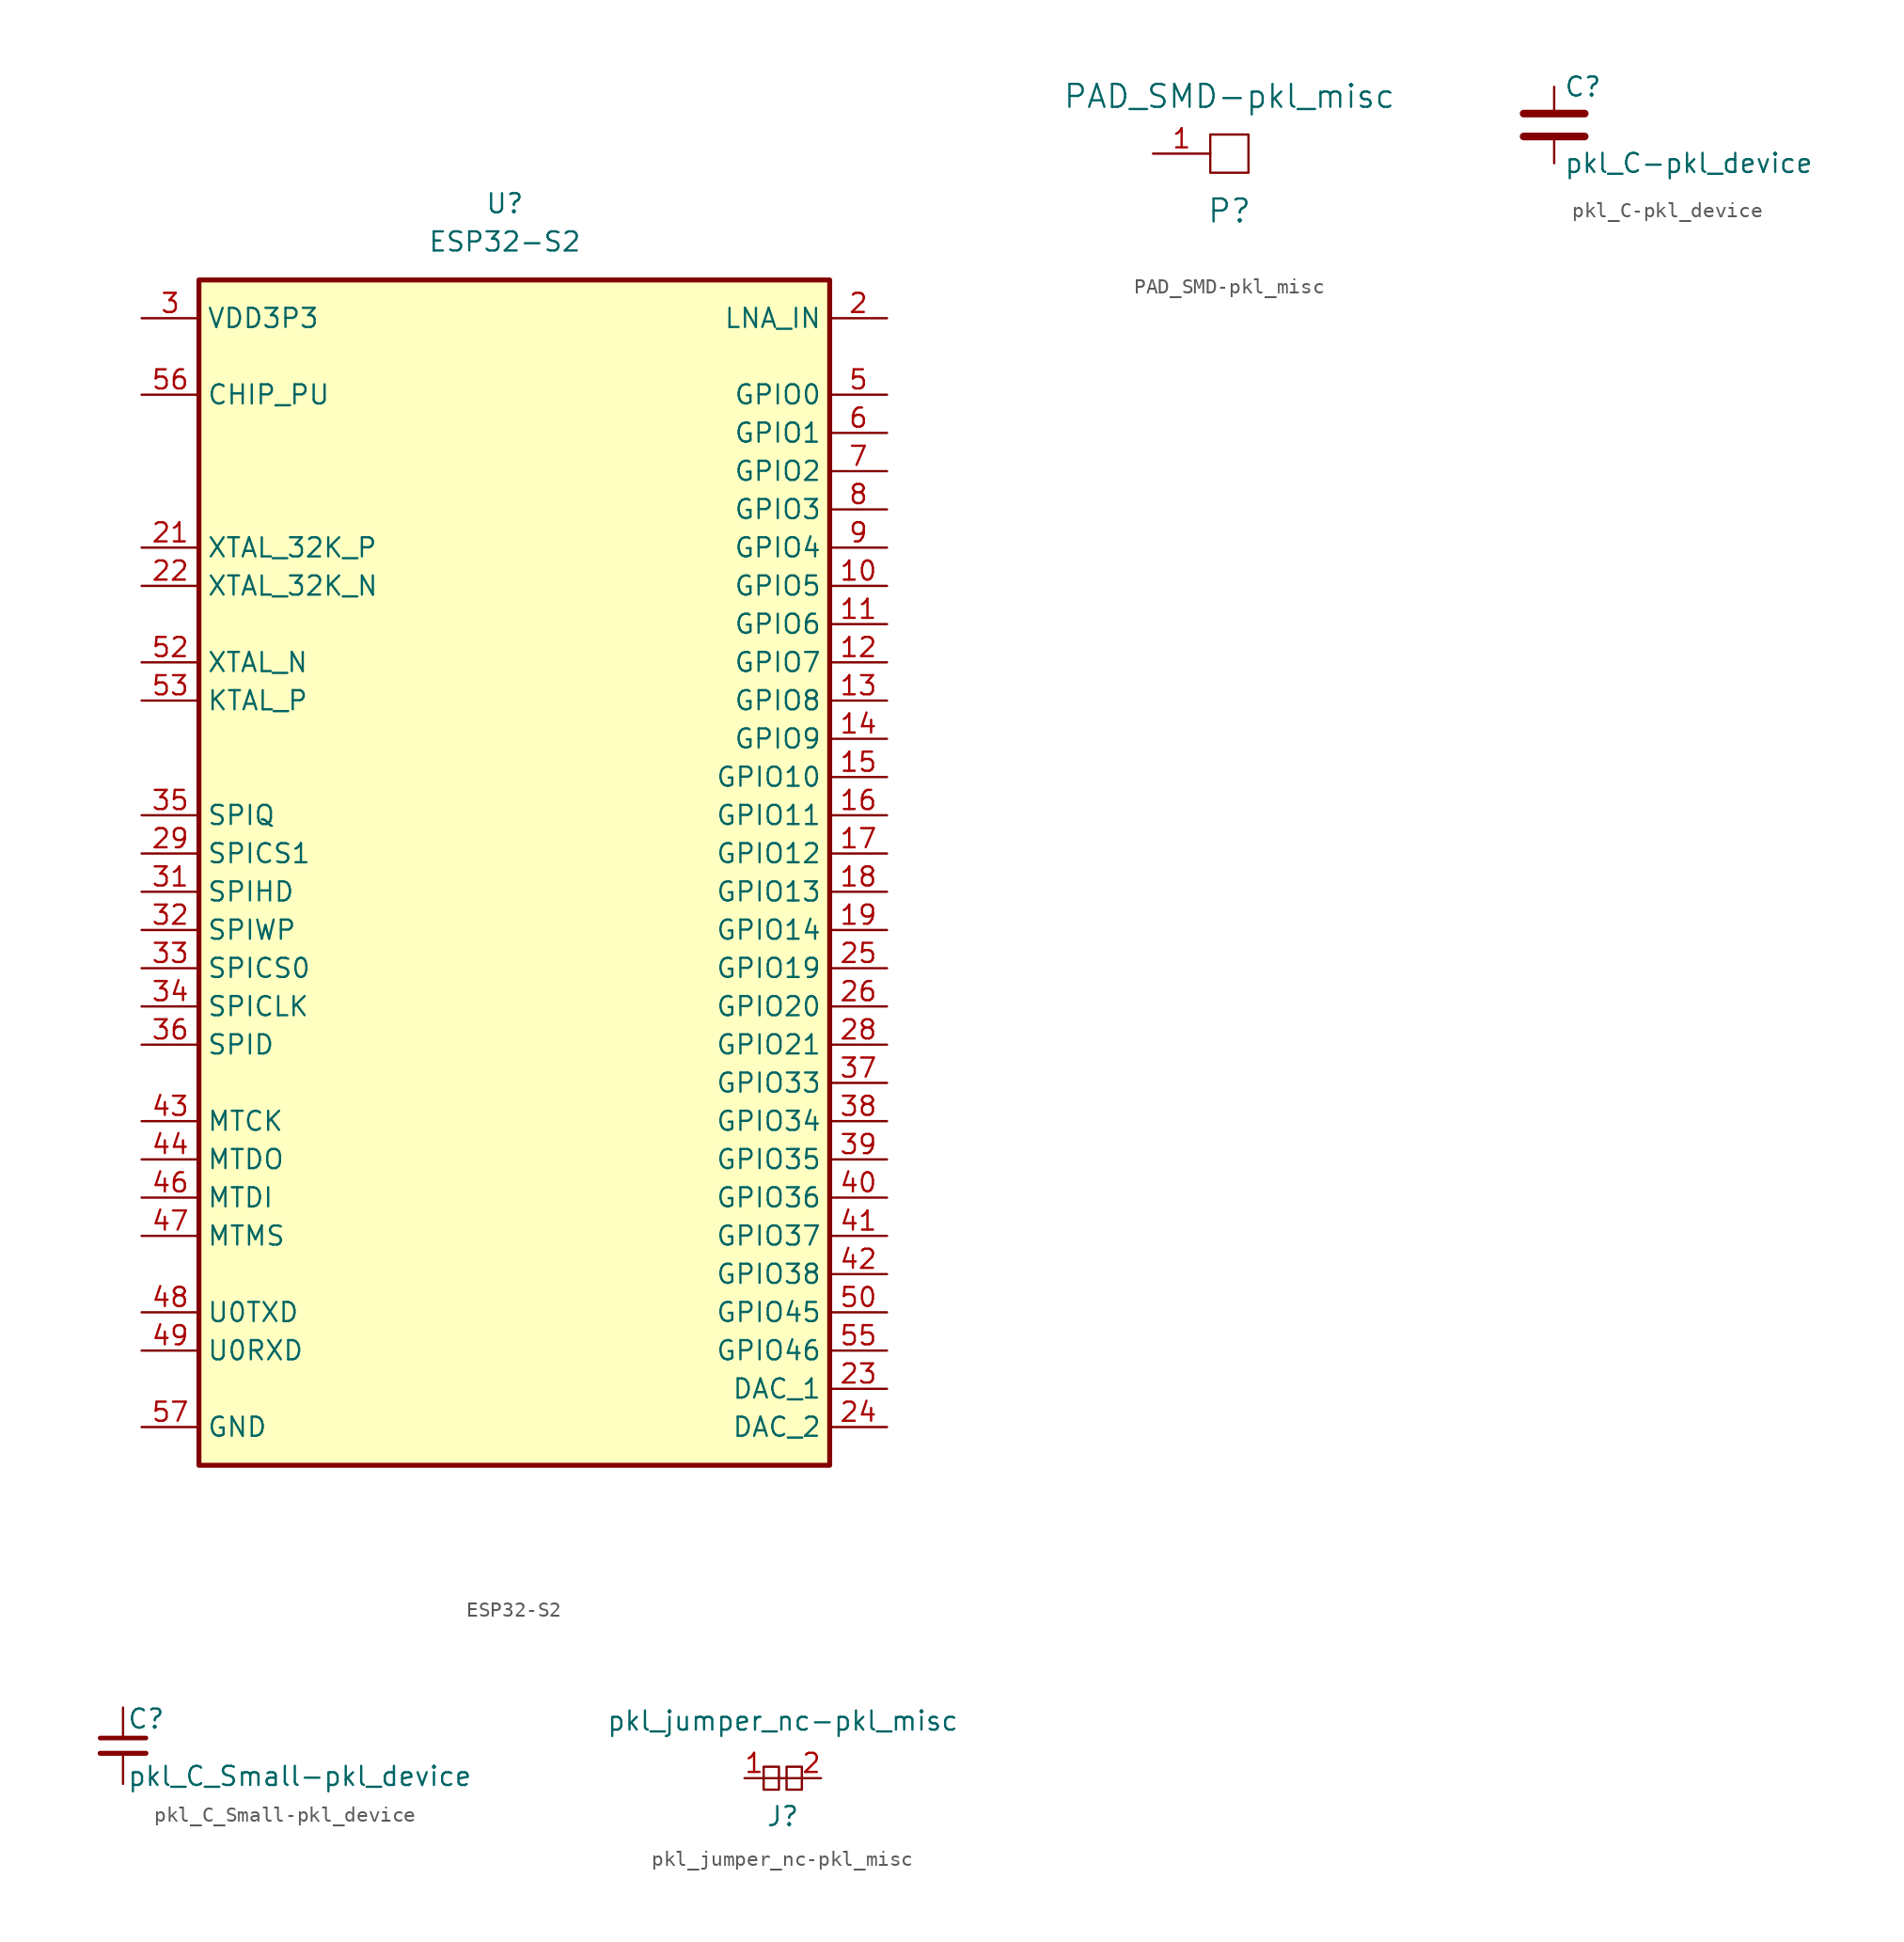
<source format=kicad_sym>
(kicad_symbol_lib
  (version 20200126)
  (host kicad_symbol_editor "5.99.0-unknown-b48a627~101~ubuntu18.04.1")
  (symbol "obsidian-boa:ESP32-S2"
    (property "Reference" "U"
      (at 0 41.91 0)
      (effects (font (size 1.27 1.27))))
    (property "Value" "ESP32-S2"
      (at 0 39.37 0)
      (effects (font (size 1.27 1.27))))
    (symbol "ESP32-S2_0_1"
      (rectangle (start -20.32 36.83) (end 21.59 -41.91) (stroke (width 0.33)) (fill (type background))))
    (symbol "ESP32-S2_1_1"
      (pin input line (at -24.13 34.29 0) (length 3.81) hide (name "VDDA" (effects (font (size 1.27 1.27)))) (number "1" (effects (font (size 1.27 1.27)))))
      (pin input line (at 25.4 34.29 180) (length 3.81) (name "LNA_IN" (effects (font (size 1.27 1.27)))) (number "2" (effects (font (size 1.27 1.27)))))
      (pin input line (at -24.13 34.29 0) (length 3.81) (name "VDD3P3" (effects (font (size 1.27 1.27)))) (number "3" (effects (font (size 1.27 1.27)))))
      (pin input line (at -24.13 34.29 0) (length 3.81) hide (name "VDD3P3" (effects (font (size 1.27 1.27)))) (number "4" (effects (font (size 1.27 1.27)))))
      (pin input line (at 25.4 29.21 180) (length 3.81) (name "GPIO0" (effects (font (size 1.27 1.27)))) (number "5" (effects (font (size 1.27 1.27)))))
      (pin input line (at 25.4 26.67 180) (length 3.81) (name "GPIO1" (effects (font (size 1.27 1.27)))) (number "6" (effects (font (size 1.27 1.27)))))
      (pin input line (at 25.4 24.13 180) (length 3.81) (name "GPIO2" (effects (font (size 1.27 1.27)))) (number "7" (effects (font (size 1.27 1.27)))))
      (pin input line (at 25.4 21.59 180) (length 3.81) (name "GPIO3" (effects (font (size 1.27 1.27)))) (number "8" (effects (font (size 1.27 1.27)))))
      (pin input line (at 25.4 19.05 180) (length 3.81) (name "GPIO4" (effects (font (size 1.27 1.27)))) (number "9" (effects (font (size 1.27 1.27)))))
      (pin input line (at 25.4 16.51 180) (length 3.81) (name "GPIO5" (effects (font (size 1.27 1.27)))) (number "10" (effects (font (size 1.27 1.27)))))
      (pin input line (at 25.4 13.97 180) (length 3.81) (name "GPIO6" (effects (font (size 1.27 1.27)))) (number "11" (effects (font (size 1.27 1.27)))))
      (pin input line (at 25.4 11.43 180) (length 3.81) (name "GPIO7" (effects (font (size 1.27 1.27)))) (number "12" (effects (font (size 1.27 1.27)))))
      (pin input line (at 25.4 8.89 180) (length 3.81) (name "GPIO8" (effects (font (size 1.27 1.27)))) (number "13" (effects (font (size 1.27 1.27)))))
      (pin input line (at 25.4 6.35 180) (length 3.81) (name "GPIO9" (effects (font (size 1.27 1.27)))) (number "14" (effects (font (size 1.27 1.27)))))
      (pin input line (at 25.4 3.81 180) (length 3.81) (name "GPIO10" (effects (font (size 1.27 1.27)))) (number "15" (effects (font (size 1.27 1.27)))))
      (pin input line (at 25.4 1.27 180) (length 3.81) (name "GPIO11" (effects (font (size 1.27 1.27)))) (number "16" (effects (font (size 1.27 1.27)))))
      (pin input line (at 25.4 -1.27 180) (length 3.81) (name "GPIO12" (effects (font (size 1.27 1.27)))) (number "17" (effects (font (size 1.27 1.27)))))
      (pin input line (at 25.4 -3.81 180) (length 3.81) (name "GPIO13" (effects (font (size 1.27 1.27)))) (number "18" (effects (font (size 1.27 1.27)))))
      (pin input line (at 25.4 -6.35 180) (length 3.81) (name "GPIO14" (effects (font (size 1.27 1.27)))) (number "19" (effects (font (size 1.27 1.27)))))
      (pin input line (at -24.13 34.29 0) (length 3.81) hide (name "VDD3P3_RTC" (effects (font (size 1.27 1.27)))) (number "20" (effects (font (size 1.27 1.27)))))
      (pin input line (at -24.13 19.05 0) (length 3.81) (name "XTAL_32K_P" (effects (font (size 1.27 1.27)))) (number "21" (effects (font (size 1.27 1.27)))))
      (pin input line (at -24.13 16.51 0) (length 3.81) (name "XTAL_32K_N" (effects (font (size 1.27 1.27)))) (number "22" (effects (font (size 1.27 1.27)))))
      (pin input line (at 25.4 -36.83 180) (length 3.81) (name "DAC_1" (effects (font (size 1.27 1.27)))) (number "23" (effects (font (size 1.27 1.27)))))
      (pin input line (at 25.4 -39.37 180) (length 3.81) (name "DAC_2" (effects (font (size 1.27 1.27)))) (number "24" (effects (font (size 1.27 1.27)))))
      (pin input line (at 25.4 -8.89 180) (length 3.81) (name "GPIO19" (effects (font (size 1.27 1.27)))) (number "25" (effects (font (size 1.27 1.27)))))
      (pin input line (at 25.4 -11.43 180) (length 3.81) (name "GPIO20" (effects (font (size 1.27 1.27)))) (number "26" (effects (font (size 1.27 1.27)))))
      (pin input line (at -24.13 34.29 0) (length 3.81) hide (name "VDD3P3_RTC_IO" (effects (font (size 1.27 1.27)))) (number "27" (effects (font (size 1.27 1.27)))))
      (pin input line (at 25.4 -13.97 180) (length 3.81) (name "GPIO21" (effects (font (size 1.27 1.27)))) (number "28" (effects (font (size 1.27 1.27)))))
      (pin input line (at -24.13 -1.27 0) (length 3.81) (name "SPICS1" (effects (font (size 1.27 1.27)))) (number "29" (effects (font (size 1.27 1.27)))))
      (pin input line (at -24.13 34.29 0) (length 3.81) hide (name "VDD_SPI" (effects (font (size 1.27 1.27)))) (number "30" (effects (font (size 1.27 1.27)))))
      (pin input line (at -24.13 -3.81 0) (length 3.81) (name "SPIHD" (effects (font (size 1.27 1.27)))) (number "31" (effects (font (size 1.27 1.27)))))
      (pin input line (at -24.13 -6.35 0) (length 3.81) (name "SPIWP" (effects (font (size 1.27 1.27)))) (number "32" (effects (font (size 1.27 1.27)))))
      (pin input line (at -24.13 -8.89 0) (length 3.81) (name "SPICS0" (effects (font (size 1.27 1.27)))) (number "33" (effects (font (size 1.27 1.27)))))
      (pin input line (at -24.13 -11.43 0) (length 3.81) (name "SPICLK" (effects (font (size 1.27 1.27)))) (number "34" (effects (font (size 1.27 1.27)))))
      (pin input line (at -24.13 1.27 0) (length 3.81) (name "SPIQ" (effects (font (size 1.27 1.27)))) (number "35" (effects (font (size 1.27 1.27)))))
      (pin input line (at -24.13 -13.97 0) (length 3.81) (name "SPID" (effects (font (size 1.27 1.27)))) (number "36" (effects (font (size 1.27 1.27)))))
      (pin input line (at 25.4 -16.51 180) (length 3.81) (name "GPIO33" (effects (font (size 1.27 1.27)))) (number "37" (effects (font (size 1.27 1.27)))))
      (pin input line (at 25.4 -19.05 180) (length 3.81) (name "GPIO34" (effects (font (size 1.27 1.27)))) (number "38" (effects (font (size 1.27 1.27)))))
      (pin input line (at 25.4 -21.59 180) (length 3.81) (name "GPIO35" (effects (font (size 1.27 1.27)))) (number "39" (effects (font (size 1.27 1.27)))))
      (pin input line (at 25.4 -24.13 180) (length 3.81) (name "GPIO36" (effects (font (size 1.27 1.27)))) (number "40" (effects (font (size 1.27 1.27)))))
      (pin input line (at 25.4 -26.67 180) (length 3.81) (name "GPIO37" (effects (font (size 1.27 1.27)))) (number "41" (effects (font (size 1.27 1.27)))))
      (pin input line (at 25.4 -29.21 180) (length 3.81) (name "GPIO38" (effects (font (size 1.27 1.27)))) (number "42" (effects (font (size 1.27 1.27)))))
      (pin input line (at -24.13 -19.05 0) (length 3.81) (name "MTCK" (effects (font (size 1.27 1.27)))) (number "43" (effects (font (size 1.27 1.27)))))
      (pin input line (at -24.13 -21.59 0) (length 3.81) (name "MTDO" (effects (font (size 1.27 1.27)))) (number "44" (effects (font (size 1.27 1.27)))))
      (pin input line (at -24.13 34.29 0) (length 3.81) hide (name "VDD3P3_CPU" (effects (font (size 1.27 1.27)))) (number "45" (effects (font (size 1.27 1.27)))))
      (pin input line (at -24.13 -24.13 0) (length 3.81) (name "MTDI" (effects (font (size 1.27 1.27)))) (number "46" (effects (font (size 1.27 1.27)))))
      (pin input line (at -24.13 -26.67 0) (length 3.81) (name "MTMS" (effects (font (size 1.27 1.27)))) (number "47" (effects (font (size 1.27 1.27)))))
      (pin input line (at -24.13 -31.75 0) (length 3.81) (name "U0TXD" (effects (font (size 1.27 1.27)))) (number "48" (effects (font (size 1.27 1.27)))))
      (pin input line (at -24.13 -34.29 0) (length 3.81) (name "U0RXD" (effects (font (size 1.27 1.27)))) (number "49" (effects (font (size 1.27 1.27)))))
      (pin input line (at 25.4 -31.75 180) (length 3.81) (name "GPIO45" (effects (font (size 1.27 1.27)))) (number "50" (effects (font (size 1.27 1.27)))))
      (pin input line (at -24.13 34.29 0) (length 3.81) hide (name "VDDA" (effects (font (size 1.27 1.27)))) (number "51" (effects (font (size 1.27 1.27)))))
      (pin input line (at -24.13 11.43 0) (length 3.81) (name "XTAL_N" (effects (font (size 1.27 1.27)))) (number "52" (effects (font (size 1.27 1.27)))))
      (pin input line (at -24.13 8.89 0) (length 3.81) (name "KTAL_P" (effects (font (size 1.27 1.27)))) (number "53" (effects (font (size 1.27 1.27)))))
      (pin input line (at -24.13 34.29 0) (length 3.81) hide (name "VDDA" (effects (font (size 1.27 1.27)))) (number "54" (effects (font (size 1.27 1.27)))))
      (pin input line (at 25.4 -34.29 180) (length 3.81) (name "GPIO46" (effects (font (size 1.27 1.27)))) (number "55" (effects (font (size 1.27 1.27)))))
      (pin input line (at -24.13 29.21 0) (length 3.81) (name "CHIP_PU" (effects (font (size 1.27 1.27)))) (number "56" (effects (font (size 1.27 1.27)))))
      (pin input line (at -24.13 -39.37 0) (length 3.81) (name "GND" (effects (font (size 1.27 1.27)))) (number "57" (effects (font (size 1.27 1.27)))))))
  (symbol "obsidian-boa:PAD_SMD-pkl_misc"
    (pin_names hide)
    (property "Reference" "P"
      (at 0 -3.81 0)
      (effects (font (size 1.524 1.524))))
    (property "Value" "PAD_SMD-pkl_misc"
      (at 0 3.81 0)
      (effects (font (size 1.524 1.524))))
    (property "Footprint" ""
      (at 0 -6.35 0)
      (effects (font (size 1.524 1.524))))
    (property "Datasheet" ""
      (at 0 -3.81 0)
      (effects (font (size 1.524 1.524))))
    (symbol "PAD_SMD-pkl_misc_0_1"
      (rectangle (start -1.27 1.27) (end 1.27 -1.27) (stroke (width 0)) (fill (type none))))
    (symbol "PAD_SMD-pkl_misc_1_1"
      (pin input line (at -5.08 0 0) (length 3.81) (name "PAD" (effects (font (size 1.27 1.27)))) (number "1" (effects (font (size 1.27 1.27)))))))
  (symbol "obsidian-boa:pkl_C-pkl_device"
    (pin_numbers hide)
    (pin_names
      (offset 0.254))
    (property "Reference" "C"
      (at 0.635 2.54 0)
      (effects (font (size 1.27 1.27)) (justify left)))
    (property "Value" "pkl_C-pkl_device"
      (at 0.635 -2.54 0)
      (effects (font (size 1.27 1.27)) (justify left)))
    (property "Footprint" ""
      (at 0.965 -3.81 0)
      (effects (font (size 0.762 0.762))))
    (property "Datasheet" ""
      (at 0 0 0)
      (effects (font (size 1.524 1.524))))
    (symbol "pkl_C-pkl_device_0_1"
      (polyline (pts (xy -2.032 -0.762) (xy 2.032 -0.762)) (stroke (width 0.508)) (fill (type none)))
      (polyline (pts (xy -2.032 0.762) (xy 2.032 0.762)) (stroke (width 0.508)) (fill (type none))))
    (symbol "pkl_C-pkl_device_1_1"
      (pin passive line (at 0 2.54 270) (length 1.524) (name "~" (effects (font (size 1.016 1.016)))) (number "1" (effects (font (size 1.016 1.016)))))
      (pin passive line (at 0 -2.54 90) (length 1.524) (name "~" (effects (font (size 1.016 1.016)))) (number "2" (effects (font (size 1.016 1.016)))))))
  (symbol "obsidian-boa:pkl_C_Small-pkl_device"
    (pin_numbers hide)
    (pin_names
      (offset 0.254) hide)
    (property "Reference" "C"
      (at 0.254 1.778 0)
      (effects (font (size 1.27 1.27)) (justify left)))
    (property "Value" "pkl_C_Small-pkl_device"
      (at 0.254 -2.032 0)
      (effects (font (size 1.27 1.27)) (justify left)))
    (property "Footprint" ""
      (at 0 0 0)
      (effects (font (size 1.524 1.524))))
    (property "Datasheet" ""
      (at 0 0 0)
      (effects (font (size 1.524 1.524))))
    (symbol "pkl_C_Small-pkl_device_0_1"
      (polyline (pts (xy -1.524 -0.508) (xy 1.524 -0.508)) (stroke (width 0.33)) (fill (type none)))
      (polyline (pts (xy -1.524 0.508) (xy 1.524 0.508)) (stroke (width 0.305)) (fill (type none))))
    (symbol "pkl_C_Small-pkl_device_1_1"
      (pin passive line (at 0 2.54 270) (length 1.905) (name "~" (effects (font (size 1.016 1.016)))) (number "1" (effects (font (size 1.016 1.016)))))
      (pin passive line (at 0 -2.54 90) (length 2.032) (name "~" (effects (font (size 1.016 1.016)))) (number "2" (effects (font (size 1.016 1.016)))))))
  (symbol "obsidian-boa:pkl_jumper_nc-pkl_misc"
    (property "Reference" "J"
      (at 0 -2.54 0)
      (effects (font (size 1.27 1.27))))
    (property "Value" "pkl_jumper_nc-pkl_misc"
      (at 0 3.81 0)
      (effects (font (size 1.27 1.27))))
    (symbol "pkl_jumper_nc-pkl_misc_1_1"
      (rectangle (start -1.27 0.762) (end -0.254 -0.762) (stroke (width 0)) (fill (type none)))
      (rectangle (start 0.254 0.762) (end 1.27 -0.762) (stroke (width 0)) (fill (type none)))
      (pin passive line (at -2.54 0 0) (length 1.27) (name "~" (effects (font (size 1.27 1.27)))) (number "1" (effects (font (size 1.27 1.27)))))
      (pin passive line (at 2.54 0 180) (length 1.27) (name "~" (effects (font (size 1.27 1.27)))) (number "2" (effects (font (size 1.27 1.27))))))
    (symbol "pkl_jumper_nc-pkl_misc_0_1"
      (polyline (pts (xy -1.27 0) (xy 1.27 0)) (stroke (width 0)) (fill (type none))))))
</source>
